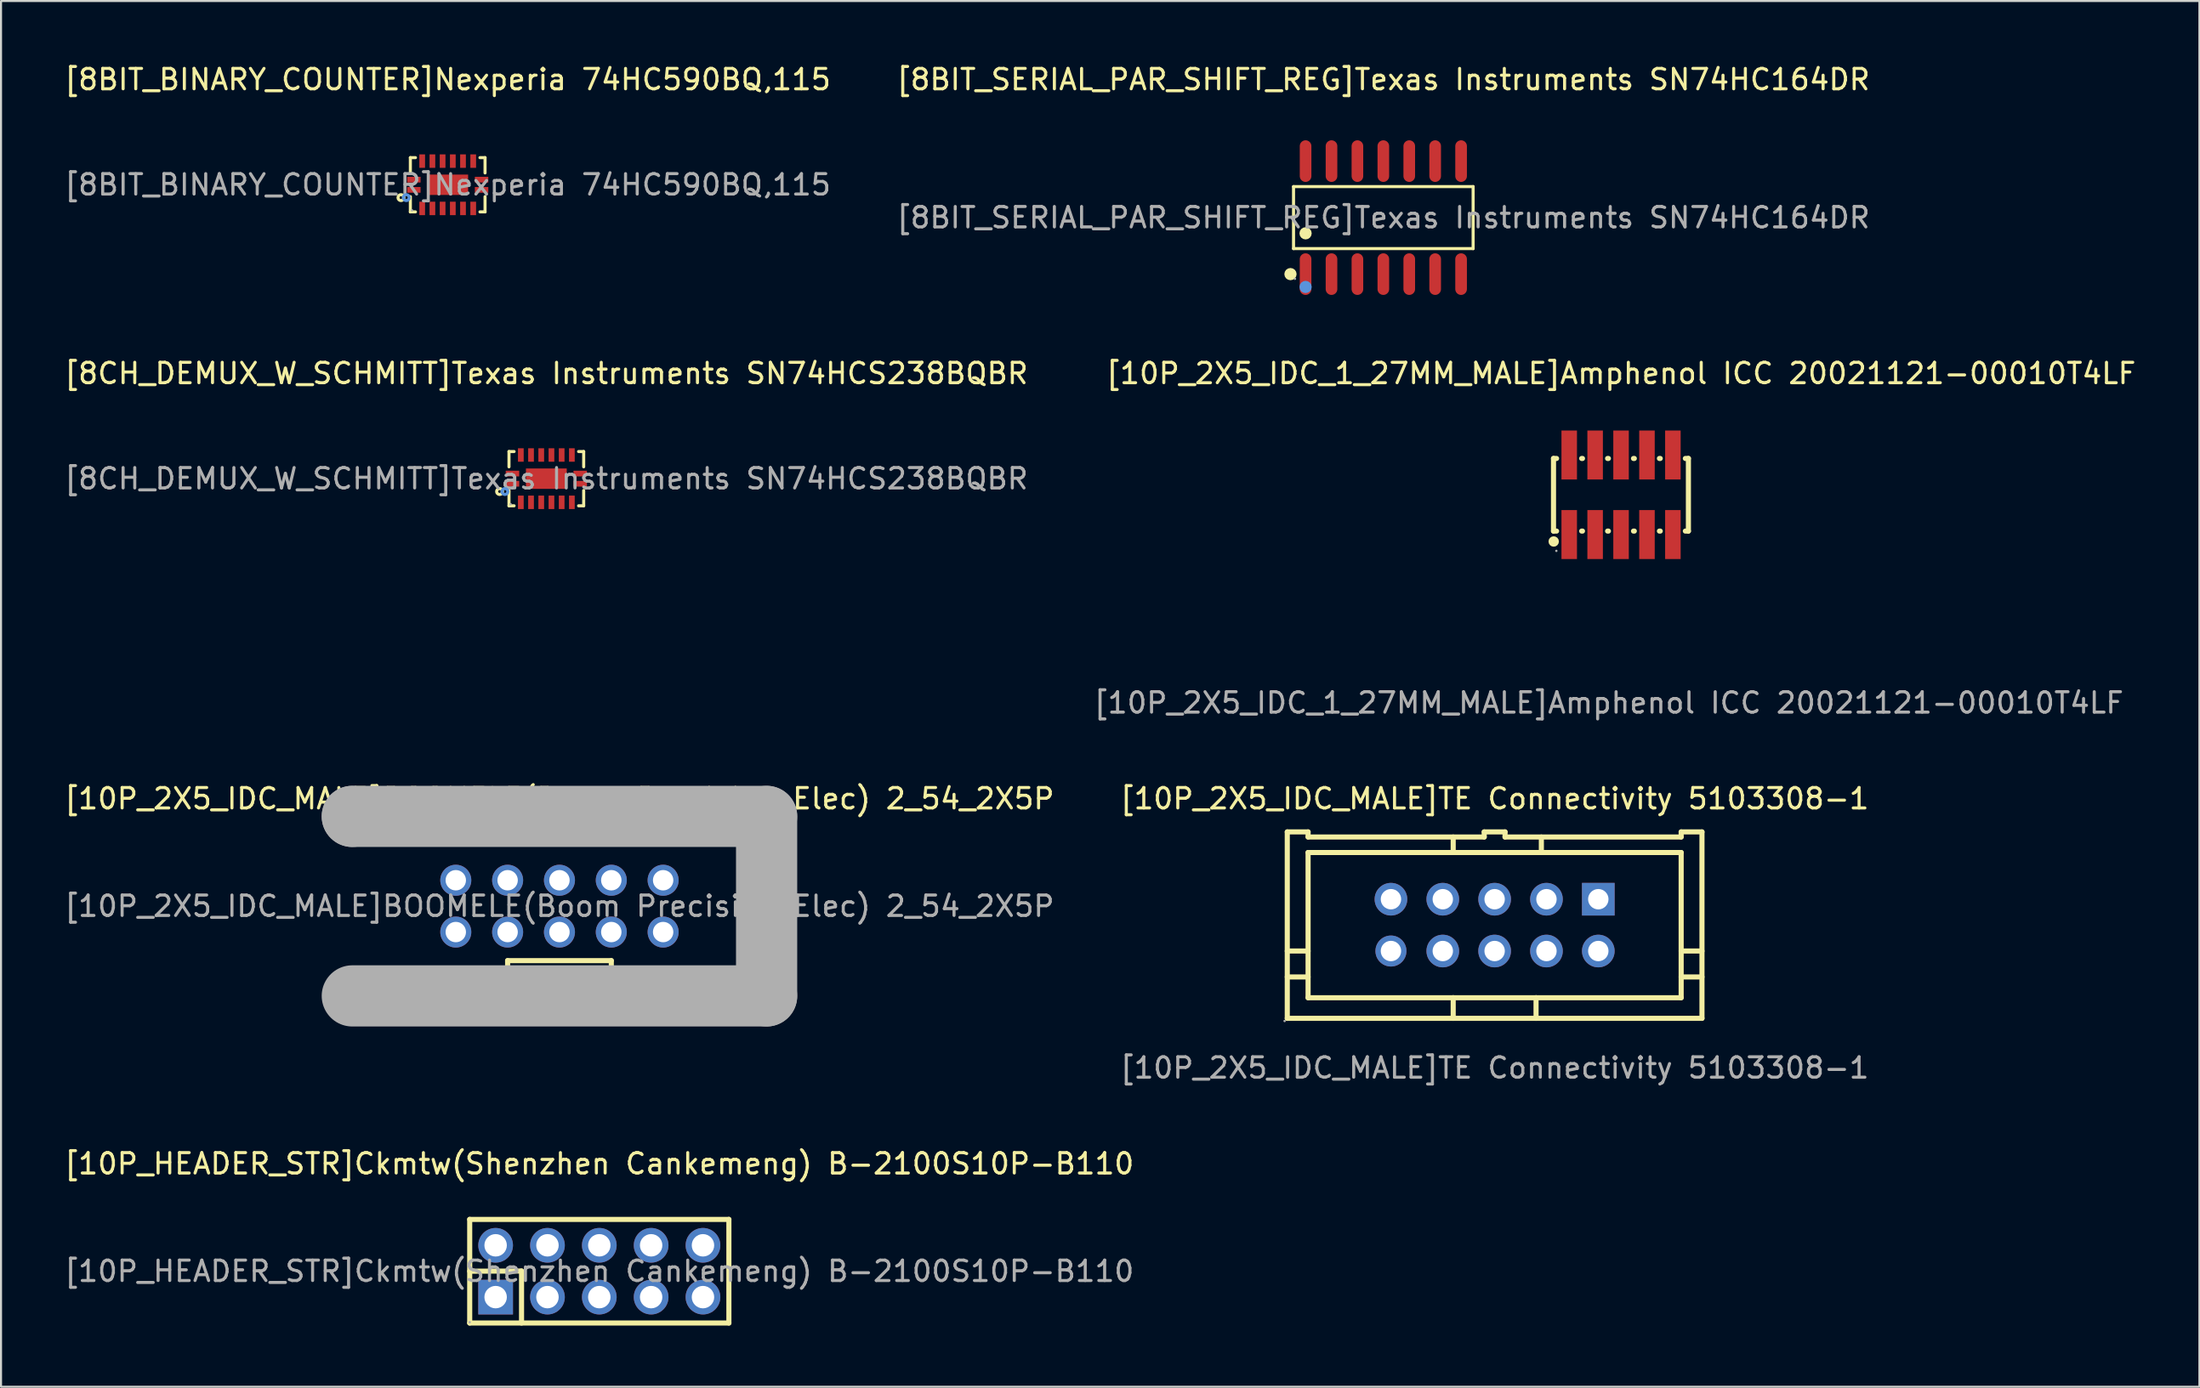
<source format=kicad_pcb>
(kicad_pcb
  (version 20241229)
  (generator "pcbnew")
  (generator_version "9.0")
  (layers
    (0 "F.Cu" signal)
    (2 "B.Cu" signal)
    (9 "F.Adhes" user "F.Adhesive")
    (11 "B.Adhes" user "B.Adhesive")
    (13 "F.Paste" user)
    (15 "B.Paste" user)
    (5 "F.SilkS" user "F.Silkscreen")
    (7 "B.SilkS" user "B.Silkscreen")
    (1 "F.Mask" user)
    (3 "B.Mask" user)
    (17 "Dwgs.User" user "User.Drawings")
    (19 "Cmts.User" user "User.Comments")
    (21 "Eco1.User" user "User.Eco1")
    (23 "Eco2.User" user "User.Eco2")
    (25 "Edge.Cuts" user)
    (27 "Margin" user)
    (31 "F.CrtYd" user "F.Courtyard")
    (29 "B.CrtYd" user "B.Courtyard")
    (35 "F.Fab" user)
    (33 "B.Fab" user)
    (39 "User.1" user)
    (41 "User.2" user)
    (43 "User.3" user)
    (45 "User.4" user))
  (footprint "[8CH_DEMUX_W_SCHMITT]Texas Instruments SN74HCS238BQBR"
    (layer "F.Cu")
    (at 23.72 20.416)
    (property "Reference" "[8CH_DEMUX_W_SCHMITT]Texas Instruments SN74HCS238BQBR" (at 0 -5.16 0) (layer "F.SilkS") (effects (font (size 1 1) (thickness 0.15))))
    (attr smd)
    (fp_line (start -1.83 -1.33) (end -1.58 -1.33) (stroke (width 0.15) (type solid)) (layer "F.SilkS"))
    (fp_line (start -1.83 -0.58) (end -1.83 -1.33) (stroke (width 0.15) (type solid)) (layer "F.SilkS"))
    (fp_line (start -1.83 0.58) (end -1.83 1.33) (stroke (width 0.15) (type solid)) (layer "F.SilkS"))
    (fp_line (start -1.83 1.33) (end -1.58 1.33) (stroke (width 0.15) (type solid)) (layer "F.SilkS"))
    (fp_line (start 1.83 -1.33) (end 1.58 -1.33) (stroke (width 0.15) (type solid)) (layer "F.SilkS"))
    (fp_line (start 1.83 -0.58) (end 1.83 -1.33) (stroke (width 0.15) (type solid)) (layer "F.SilkS"))
    (fp_line (start 1.83 0.58) (end 1.83 1.33) (stroke (width 0.15) (type solid)) (layer "F.SilkS"))
    (fp_line (start 1.83 1.33) (end 1.58 1.33) (stroke (width 0.15) (type solid)) (layer "F.SilkS"))
    (fp_circle (center -2.29 0.63) (end -2.22 0.63) (stroke (width 0.15) (type solid)) (fill no) (layer "F.SilkS"))
    (fp_circle (center -2.03 0.63) (end -1.96 0.63) (stroke (width 0.15) (type solid)) (fill no) (layer "Cmts.User"))
    (fp_circle (center -1.75 1.25) (end -1.72 1.25) (stroke (width 0.06) (type solid)) (fill no) (layer "F.Fab"))
    (fp_text user "${REFERENCE}" (at 0 0 0) (layer "F.Fab") (effects (font (size 1 1) (thickness 0.15))))
    (pad "1" smd rect (at -1.66 0.25) (size 0.66 0.28) (layers "F.Cu" "F.Mask" "F.Paste"))
    (pad "2" smd rect (at -1.25 1.16) (size 0.28 0.66) (layers "F.Cu" "F.Mask" "F.Paste"))
    (pad "3" smd rect (at -0.75 1.16) (size 0.28 0.66) (layers "F.Cu" "F.Mask" "F.Paste"))
    (pad "4" smd rect (at -0.25 1.16) (size 0.28 0.66) (layers "F.Cu" "F.Mask" "F.Paste"))
    (pad "5" smd rect (at 0.25 1.16) (size 0.28 0.66) (layers "F.Cu" "F.Mask" "F.Paste"))
    (pad "6" smd rect (at 0.75 1.16) (size 0.28 0.66) (layers "F.Cu" "F.Mask" "F.Paste"))
    (pad "7" smd rect (at 1.25 1.16) (size 0.28 0.66) (layers "F.Cu" "F.Mask" "F.Paste"))
    (pad "8" smd rect (at 1.66 0.25) (size 0.66 0.28) (layers "F.Cu" "F.Mask" "F.Paste"))
    (pad "9" smd rect (at 1.66 -0.25) (size 0.66 0.28) (layers "F.Cu" "F.Mask" "F.Paste"))
    (pad "10" smd rect (at 1.25 -1.16) (size 0.28 0.66) (layers "F.Cu" "F.Mask" "F.Paste"))
    (pad "11" smd rect (at 0.75 -1.16) (size 0.28 0.66) (layers "F.Cu" "F.Mask" "F.Paste"))
    (pad "12" smd rect (at 0.25 -1.16) (size 0.28 0.66) (layers "F.Cu" "F.Mask" "F.Paste"))
    (pad "13" smd rect (at -0.25 -1.16) (size 0.28 0.66) (layers "F.Cu" "F.Mask" "F.Paste"))
    (pad "14" smd rect (at -0.75 -1.16) (size 0.28 0.66) (layers "F.Cu" "F.Mask" "F.Paste"))
    (pad "15" smd rect (at -1.25 -1.16) (size 0.28 0.66) (layers "F.Cu" "F.Mask" "F.Paste"))
    (pad "16" smd rect (at -1.66 -0.25) (size 0.66 0.28) (layers "F.Cu" "F.Mask" "F.Paste"))
    (pad "17" smd rect (at 0 0) (size 2 1) (layers "F.Cu" "F.Mask" "F.Paste")))
  (footprint "[8BIT_BINARY_COUNTER]Nexperia 74HC590BQ,115"
    (layer "F.Cu")
    (at 18.887 6.008)
    (property "Reference" "[8BIT_BINARY_COUNTER]Nexperia 74HC590BQ,115" (at 0 -5.16 0) (layer "F.SilkS") (effects (font (size 1 1) (thickness 0.15))))
    (attr smd)
    (fp_line (start -1.83 -1.33) (end -1.58 -1.33) (stroke (width 0.15) (type solid)) (layer "F.SilkS"))
    (fp_line (start -1.83 -0.58) (end -1.83 -1.33) (stroke (width 0.15) (type solid)) (layer "F.SilkS"))
    (fp_line (start -1.83 0.58) (end -1.83 1.33) (stroke (width 0.15) (type solid)) (layer "F.SilkS"))
    (fp_line (start -1.83 1.33) (end -1.58 1.33) (stroke (width 0.15) (type solid)) (layer "F.SilkS"))
    (fp_line (start 1.83 -1.33) (end 1.58 -1.33) (stroke (width 0.15) (type solid)) (layer "F.SilkS"))
    (fp_line (start 1.83 -0.58) (end 1.83 -1.33) (stroke (width 0.15) (type solid)) (layer "F.SilkS"))
    (fp_line (start 1.83 0.58) (end 1.83 1.33) (stroke (width 0.15) (type solid)) (layer "F.SilkS"))
    (fp_line (start 1.83 1.33) (end 1.58 1.33) (stroke (width 0.15) (type solid)) (layer "F.SilkS"))
    (fp_circle (center -2.29 0.63) (end -2.22 0.63) (stroke (width 0.15) (type solid)) (fill no) (layer "F.SilkS"))
    (fp_circle (center -2.03 0.63) (end -1.96 0.63) (stroke (width 0.15) (type solid)) (fill no) (layer "Cmts.User"))
    (fp_circle (center -1.75 1.25) (end -1.72 1.25) (stroke (width 0.06) (type solid)) (fill no) (layer "F.Fab"))
    (fp_text user "${REFERENCE}" (at 0 0 0) (layer "F.Fab") (effects (font (size 1 1) (thickness 0.15))))
    (pad "1" smd rect (at -1.66 0.25) (size 0.66 0.28) (layers "F.Cu" "F.Mask" "F.Paste"))
    (pad "2" smd rect (at -1.25 1.16) (size 0.28 0.66) (layers "F.Cu" "F.Mask" "F.Paste"))
    (pad "3" smd rect (at -0.75 1.16) (size 0.28 0.66) (layers "F.Cu" "F.Mask" "F.Paste"))
    (pad "4" smd rect (at -0.25 1.16) (size 0.28 0.66) (layers "F.Cu" "F.Mask" "F.Paste"))
    (pad "5" smd rect (at 0.25 1.16) (size 0.28 0.66) (layers "F.Cu" "F.Mask" "F.Paste"))
    (pad "6" smd rect (at 0.75 1.16) (size 0.28 0.66) (layers "F.Cu" "F.Mask" "F.Paste"))
    (pad "7" smd rect (at 1.25 1.16) (size 0.28 0.66) (layers "F.Cu" "F.Mask" "F.Paste"))
    (pad "8" smd rect (at 1.66 0.25) (size 0.66 0.28) (layers "F.Cu" "F.Mask" "F.Paste"))
    (pad "9" smd rect (at 1.66 -0.25) (size 0.66 0.28) (layers "F.Cu" "F.Mask" "F.Paste"))
    (pad "10" smd rect (at 1.25 -1.16) (size 0.28 0.66) (layers "F.Cu" "F.Mask" "F.Paste"))
    (pad "11" smd rect (at 0.75 -1.16) (size 0.28 0.66) (layers "F.Cu" "F.Mask" "F.Paste"))
    (pad "12" smd rect (at 0.25 -1.16) (size 0.28 0.66) (layers "F.Cu" "F.Mask" "F.Paste"))
    (pad "13" smd rect (at -0.25 -1.16) (size 0.28 0.66) (layers "F.Cu" "F.Mask" "F.Paste"))
    (pad "14" smd rect (at -0.75 -1.16) (size 0.28 0.66) (layers "F.Cu" "F.Mask" "F.Paste"))
    (pad "15" smd rect (at -1.25 -1.16) (size 0.28 0.66) (layers "F.Cu" "F.Mask" "F.Paste"))
    (pad "16" smd rect (at -1.66 -0.25) (size 0.66 0.28) (layers "F.Cu" "F.Mask" "F.Paste"))
    (pad "17" smd rect (at 0 0) (size 2 1) (layers "F.Cu" "F.Mask" "F.Paste")))
  (footprint "[8BIT_SERIAL_PAR_SHIFT_REG]Texas Instruments SN74HC164DR"
    (layer "F.Cu")
    (at 64.732 7.618)
    (property "Reference" "[8BIT_SERIAL_PAR_SHIFT_REG]Texas Instruments SN74HC164DR" (at 0 -6.77 0) (layer "F.SilkS") (effects (font (size 1 1) (thickness 0.15))))
    (attr smd)
    (fp_line (start -4.4 -1.52) (end 4.4 -1.52) (stroke (width 0.15) (type solid)) (layer "F.SilkS"))
    (fp_line (start -4.4 1.52) (end -4.4 -1.52) (stroke (width 0.15) (type solid)) (layer "F.SilkS"))
    (fp_line (start 4.4 -1.52) (end 4.4 1.52) (stroke (width 0.15) (type solid)) (layer "F.SilkS"))
    (fp_line (start 4.4 1.52) (end -4.4 1.52) (stroke (width 0.15) (type solid)) (layer "F.SilkS"))
    (fp_circle (center -4.55 2.77) (end -4.4 2.77) (stroke (width 0.3) (type solid)) (fill no) (layer "F.SilkS"))
    (fp_circle (center -3.81 0.77) (end -3.66 0.77) (stroke (width 0.3) (type solid)) (fill no) (layer "F.SilkS"))
    (fp_circle (center -3.81 3.4) (end -3.66 3.4) (stroke (width 0.3) (type solid)) (fill no) (layer "Cmts.User"))
    (fp_circle (center -4.33 3) (end -4.3 3) (stroke (width 0.06) (type solid)) (fill no) (layer "F.Fab"))
    (fp_text user "${REFERENCE}" (at 0 0 0) (layer "F.Fab") (effects (font (size 1 1) (thickness 0.15))))
    (pad "1" smd oval (at -3.81 2.77) (size 0.57 2.04) (layers "F.Cu" "F.Mask" "F.Paste"))
    (pad "2" smd oval (at -2.54 2.77) (size 0.57 2.04) (layers "F.Cu" "F.Mask" "F.Paste"))
    (pad "3" smd oval (at -1.27 2.77) (size 0.57 2.04) (layers "F.Cu" "F.Mask" "F.Paste"))
    (pad "4" smd oval (at 0 2.77) (size 0.57 2.04) (layers "F.Cu" "F.Mask" "F.Paste"))
    (pad "5" smd oval (at 1.27 2.77) (size 0.57 2.04) (layers "F.Cu" "F.Mask" "F.Paste"))
    (pad "6" smd oval (at 2.54 2.77) (size 0.57 2.04) (layers "F.Cu" "F.Mask" "F.Paste"))
    (pad "7" smd oval (at 3.81 2.77) (size 0.57 2.04) (layers "F.Cu" "F.Mask" "F.Paste"))
    (pad "8" smd oval (at 3.81 -2.77) (size 0.57 2.04) (layers "F.Cu" "F.Mask" "F.Paste"))
    (pad "9" smd oval (at 2.54 -2.77) (size 0.57 2.04) (layers "F.Cu" "F.Mask" "F.Paste"))
    (pad "10" smd oval (at 1.27 -2.77) (size 0.57 2.04) (layers "F.Cu" "F.Mask" "F.Paste"))
    (pad "11" smd oval (at 0 -2.77) (size 0.57 2.04) (layers "F.Cu" "F.Mask" "F.Paste"))
    (pad "12" smd oval (at -1.27 -2.77) (size 0.57 2.04) (layers "F.Cu" "F.Mask" "F.Paste"))
    (pad "13" smd oval (at -2.54 -2.77) (size 0.57 2.04) (layers "F.Cu" "F.Mask" "F.Paste"))
    (pad "14" smd oval (at -3.81 -2.77) (size 0.57 2.04) (layers "F.Cu" "F.Mask" "F.Paste")))
  (footprint "[10P_2X5_IDC_1_27MM_MALE]Amphenol ICC 20021121-00010T4LF"
    (layer "F.Cu")
    (at 76.38 21.206)
    (property "Reference" "[10P_2X5_IDC_1_27MM_MALE]Amphenol ICC 20021121-00010T4LF" (at 0 -5.95 0) (layer "F.SilkS") (effects (font (size 1 1) (thickness 0.15))))
    (attr smd)
    (fp_line (start -3.31 -1.78) (end -3.16 -1.78) (stroke (width 0.25) (type solid)) (layer "F.SilkS"))
    (fp_line (start -3.31 1.78) (end -3.31 -1.78) (stroke (width 0.25) (type solid)) (layer "F.SilkS"))
    (fp_line (start -3.16 1.78) (end -3.31 1.78) (stroke (width 0.25) (type solid)) (layer "F.SilkS"))
    (fp_line (start -1.93 -1.78) (end -1.89 -1.78) (stroke (width 0.25) (type solid)) (layer "F.SilkS"))
    (fp_line (start -1.89 1.78) (end -1.93 1.78) (stroke (width 0.25) (type solid)) (layer "F.SilkS"))
    (fp_line (start -0.66 -1.78) (end -0.62 -1.78) (stroke (width 0.25) (type solid)) (layer "F.SilkS"))
    (fp_line (start -0.62 1.78) (end -0.66 1.78) (stroke (width 0.25) (type solid)) (layer "F.SilkS"))
    (fp_line (start 0.61 -1.78) (end 0.65 -1.78) (stroke (width 0.25) (type solid)) (layer "F.SilkS"))
    (fp_line (start 0.65 1.78) (end 0.61 1.78) (stroke (width 0.25) (type solid)) (layer "F.SilkS"))
    (fp_line (start 1.88 -1.78) (end 1.92 -1.78) (stroke (width 0.25) (type solid)) (layer "F.SilkS"))
    (fp_line (start 1.92 1.78) (end 1.88 1.78) (stroke (width 0.25) (type solid)) (layer "F.SilkS"))
    (fp_line (start 3.15 -1.78) (end 3.3 -1.78) (stroke (width 0.25) (type solid)) (layer "F.SilkS"))
    (fp_line (start 3.3 -1.78) (end 3.3 1.78) (stroke (width 0.25) (type solid)) (layer "F.SilkS"))
    (fp_line (start 3.3 1.78) (end 3.15 1.78) (stroke (width 0.25) (type solid)) (layer "F.SilkS"))
    (fp_circle (center -3.3 2.29) (end -3.17 2.29) (stroke (width 0.25) (type solid)) (fill no) (layer "F.SilkS"))
    (fp_circle (center -3.17 2.75) (end -3.14 2.75) (stroke (width 0.06) (type solid)) (fill no) (layer "F.Fab"))
    (fp_text user "${REFERENCE}" (at -0.6 10.2 0) (layer "F.Fab") (effects (font (size 1 1) (thickness 0.15))))
    (pad "1" smd rect (at -2.54 1.95) (size 0.76 2.4) (layers "F.Cu" "F.Mask" "F.Paste"))
    (pad "2" smd rect (at -2.54 -1.95) (size 0.76 2.4) (layers "F.Cu" "F.Mask" "F.Paste"))
    (pad "3" smd rect (at -1.27 1.95) (size 0.76 2.4) (layers "F.Cu" "F.Mask" "F.Paste"))
    (pad "4" smd rect (at -1.27 -1.95) (size 0.76 2.4) (layers "F.Cu" "F.Mask" "F.Paste"))
    (pad "5" smd rect (at 0 1.95) (size 0.76 2.4) (layers "F.Cu" "F.Mask" "F.Paste"))
    (pad "6" smd rect (at 0 -1.95) (size 0.76 2.4) (layers "F.Cu" "F.Mask" "F.Paste"))
    (pad "7" smd rect (at 1.27 1.95) (size 0.76 2.4) (layers "F.Cu" "F.Mask" "F.Paste"))
    (pad "8" smd rect (at 1.27 -1.95) (size 0.76 2.4) (layers "F.Cu" "F.Mask" "F.Paste"))
    (pad "9" smd rect (at 2.54 1.95) (size 0.76 2.4) (layers "F.Cu" "F.Mask" "F.Paste"))
    (pad "10" smd rect (at 2.54 -1.95) (size 0.76 2.4) (layers "F.Cu" "F.Mask" "F.Paste")))
  (footprint "[10P_2X5_IDC_MALE]BOOMELE(Boom Precision Elec) 2_54_2X5P"
    (layer "F.Cu")
    (at 24.363 41.373)
    (property "Reference" "[10P_2X5_IDC_MALE]BOOMELE(Boom Precision Elec) 2_54_2X5P" (at 0 -5.27 0) (layer "F.SilkS") (effects (font (size 1 1) (thickness 0.15))))
    (attr through_hole)
    (fp_line (start -2.54 2.67) (end -2.54 4.45) (stroke (width 0.25) (type solid)) (layer "F.SilkS"))
    (fp_line (start -2.54 2.67) (end 2.54 2.67) (stroke (width 0.25) (type solid)) (layer "F.SilkS"))
    (fp_line (start -2.54 4.45) (end -2.49 4.37) (stroke (width 0.25) (type solid)) (layer "F.SilkS"))
    (fp_line (start 2.54 2.67) (end 2.54 4.42) (stroke (width 0.25) (type solid)) (layer "F.SilkS"))
    (fp_line (start 2.54 4.42) (end 2.54 4.37) (stroke (width 0.25) (type solid)) (layer "F.SilkS"))
    (fp_line (start -10.15 -4.4) (end -10.15 -4.4) (stroke (width 3) (type solid)) (layer "F.Fab"))
    (fp_line (start -10.15 -4.4) (end 10.15 -4.4) (stroke (width 3) (type solid)) (layer "F.Fab"))
    (fp_line (start 10.15 -4.4) (end 10.15 4.4) (stroke (width 3) (type solid)) (layer "F.Fab"))
    (fp_line (start 10.15 4.4) (end -10.15 4.4) (stroke (width 3) (type solid)) (layer "F.Fab"))
    (fp_circle (center -10.15 4.4) (end -10.12 4.4) (stroke (width 0.06) (type solid)) (fill no) (layer "F.Fab"))
    (fp_text user "${REFERENCE}" (at 0 0 0) (layer "F.Fab") (effects (font (size 1 1) (thickness 0.15))))
    (pad "1" thru_hole circle (at -5.08 1.27) (size 1.52 1.52) (drill 1) (layers "*.Cu" "*.Mask"))
    (pad "2" thru_hole circle (at -5.08 -1.27) (size 1.52 1.52) (drill 1) (layers "*.Cu" "*.Mask"))
    (pad "3" thru_hole circle (at -2.54 1.27) (size 1.52 1.52) (drill 1) (layers "*.Cu" "*.Mask"))
    (pad "4" thru_hole circle (at -2.54 -1.27) (size 1.52 1.52) (drill 1) (layers "*.Cu" "*.Mask"))
    (pad "5" thru_hole circle (at 0 1.27) (size 1.52 1.52) (drill 1) (layers "*.Cu" "*.Mask"))
    (pad "6" thru_hole circle (at 0 -1.27) (size 1.52 1.52) (drill 1) (layers "*.Cu" "*.Mask"))
    (pad "7" thru_hole circle (at 2.54 1.27) (size 1.52 1.52) (drill 1) (layers "*.Cu" "*.Mask"))
    (pad "8" thru_hole circle (at 2.54 -1.27) (size 1.52 1.52) (drill 1) (layers "*.Cu" "*.Mask"))
    (pad "9" thru_hole circle (at 5.08 1.27) (size 1.52 1.52) (drill 1) (layers "*.Cu" "*.Mask"))
    (pad "10" thru_hole circle (at 5.08 -1.27) (size 1.52 1.52) (drill 1) (layers "*.Cu" "*.Mask")))
  (footprint "[10P_2X5_IDC_MALE]TE Connectivity 5103308-1"
    (layer "F.Cu")
    (at 70.185 42.303)
    (property "Reference" "[10P_2X5_IDC_MALE]TE Connectivity 5103308-1" (at 0 -6.2 0) (layer "F.SilkS") (effects (font (size 1 1) (thickness 0.15))))
    (attr through_hole)
    (fp_line (start -10.16 1.27) (end -9.14 1.27) (stroke (width 0.25) (type solid)) (layer "F.SilkS"))
    (fp_line (start -10.16 2.54) (end -9.14 2.54) (stroke (width 0.25) (type solid)) (layer "F.SilkS"))
    (fp_line (start -10.16 4.57) (end -10.16 -4.57) (stroke (width 0.25) (type solid)) (layer "F.SilkS"))
    (fp_line (start -10.16 4.57) (end 10.16 4.57) (stroke (width 0.25) (type solid)) (layer "F.SilkS"))
    (fp_line (start -9.14 -4.57) (end -10.16 -4.57) (stroke (width 0.25) (type solid)) (layer "F.SilkS"))
    (fp_line (start -9.14 -4.32) (end -9.14 -4.57) (stroke (width 0.25) (type solid)) (layer "F.SilkS"))
    (fp_line (start -9.14 -3.56) (end -8.89 -3.56) (stroke (width 0.25) (type solid)) (layer "F.SilkS"))
    (fp_line (start -9.14 3.56) (end -9.14 -3.56) (stroke (width 0.25) (type solid)) (layer "F.SilkS"))
    (fp_line (start -8.89 -3.56) (end 9.14 -3.56) (stroke (width 0.25) (type solid)) (layer "F.SilkS"))
    (fp_line (start -2.03 -4.32) (end -2.03 -3.56) (stroke (width 0.25) (type solid)) (layer "F.SilkS"))
    (fp_line (start -2.03 3.56) (end -9.14 3.56) (stroke (width 0.25) (type solid)) (layer "F.SilkS"))
    (fp_line (start -2.03 3.56) (end -2.03 4.57) (stroke (width 0.25) (type solid)) (layer "F.SilkS"))
    (fp_line (start -2.03 3.56) (end 2.03 3.56) (stroke (width 0.25) (type solid)) (layer "F.SilkS"))
    (fp_line (start -0.51 -4.57) (end -0.51 -4.32) (stroke (width 0.25) (type solid)) (layer "F.SilkS"))
    (fp_line (start -0.51 -4.32) (end -9.14 -4.32) (stroke (width 0.25) (type solid)) (layer "F.SilkS"))
    (fp_line (start 0.51 -4.57) (end -0.51 -4.57) (stroke (width 0.25) (type solid)) (layer "F.SilkS"))
    (fp_line (start 0.51 -4.32) (end 0.51 -4.57) (stroke (width 0.25) (type solid)) (layer "F.SilkS"))
    (fp_line (start 2.03 3.56) (end 2.03 4.57) (stroke (width 0.25) (type solid)) (layer "F.SilkS"))
    (fp_line (start 2.29 -4.32) (end 2.29 -3.56) (stroke (width 0.25) (type solid)) (layer "F.SilkS"))
    (fp_line (start 9.14 -4.57) (end 9.14 -4.32) (stroke (width 0.25) (type solid)) (layer "F.SilkS"))
    (fp_line (start 9.14 -4.32) (end 0.51 -4.32) (stroke (width 0.25) (type solid)) (layer "F.SilkS"))
    (fp_line (start 9.14 -3.56) (end 9.14 3.56) (stroke (width 0.25) (type solid)) (layer "F.SilkS"))
    (fp_line (start 9.14 1.27) (end 10.16 1.27) (stroke (width 0.25) (type solid)) (layer "F.SilkS"))
    (fp_line (start 9.14 2.54) (end 10.16 2.54) (stroke (width 0.25) (type solid)) (layer "F.SilkS"))
    (fp_line (start 9.14 3.56) (end 2.03 3.56) (stroke (width 0.25) (type solid)) (layer "F.SilkS"))
    (fp_line (start 10.16 -4.57) (end 9.14 -4.57) (stroke (width 0.25) (type solid)) (layer "F.SilkS"))
    (fp_line (start 10.16 4.57) (end 10.16 -4.57) (stroke (width 0.25) (type solid)) (layer "F.SilkS"))
    (fp_circle (center -10.29 4.7) (end -10.26 4.7) (stroke (width 0.06) (type solid)) (fill no) (layer "F.Fab"))
    (fp_circle (center -5.08 -1.27) (end -4.88 -1.27) (stroke (width 0.4) (type solid)) (fill no) (layer "F.Fab"))
    (fp_circle (center -5.08 1.27) (end -4.88 1.27) (stroke (width 0.4) (type solid)) (fill no) (layer "F.Fab"))
    (fp_circle (center -2.54 -1.27) (end -2.34 -1.27) (stroke (width 0.4) (type solid)) (fill no) (layer "F.Fab"))
    (fp_circle (center -2.54 1.27) (end -2.34 1.27) (stroke (width 0.4) (type solid)) (fill no) (layer "F.Fab"))
    (fp_circle (center 0 -1.27) (end 0.2 -1.27) (stroke (width 0.4) (type solid)) (fill no) (layer "F.Fab"))
    (fp_circle (center 0 1.27) (end 0.2 1.27) (stroke (width 0.4) (type solid)) (fill no) (layer "F.Fab"))
    (fp_circle (center 2.54 -1.27) (end 2.74 -1.27) (stroke (width 0.4) (type solid)) (fill no) (layer "F.Fab"))
    (fp_circle (center 2.54 1.27) (end 2.74 1.27) (stroke (width 0.4) (type solid)) (fill no) (layer "F.Fab"))
    (fp_circle (center 5.08 -1.27) (end 5.28 -1.27) (stroke (width 0.4) (type solid)) (fill no) (layer "F.Fab"))
    (fp_circle (center 5.08 1.27) (end 5.28 1.27) (stroke (width 0.4) (type solid)) (fill no) (layer "F.Fab"))
    (fp_text user "${REFERENCE}" (at 0 7 0) (layer "F.Fab") (effects (font (size 1 1) (thickness 0.15))))
    (pad "1" thru_hole rect (at 5.08 -1.27) (size 1.6 1.6) (drill 1) (layers "*.Cu" "*.Mask"))
    (pad "2" thru_hole circle (at 5.08 1.27) (size 1.6 1.6) (drill 1) (layers "*.Cu" "*.Mask"))
    (pad "3" thru_hole circle (at 2.54 -1.27) (size 1.6 1.6) (drill 1) (layers "*.Cu" "*.Mask"))
    (pad "4" thru_hole circle (at 2.54 1.27) (size 1.6 1.6) (drill 1) (layers "*.Cu" "*.Mask"))
    (pad "5" thru_hole circle (at 0 -1.27) (size 1.6 1.6) (drill 1) (layers "*.Cu" "*.Mask"))
    (pad "6" thru_hole circle (at 0 1.27) (size 1.6 1.6) (drill 1) (layers "*.Cu" "*.Mask"))
    (pad "7" thru_hole circle (at -2.54 -1.27) (size 1.6 1.6) (drill 1) (layers "*.Cu" "*.Mask"))
    (pad "8" thru_hole circle (at -2.54 1.27) (size 1.6 1.6) (drill 1) (layers "*.Cu" "*.Mask"))
    (pad "9" thru_hole circle (at -5.08 -1.27) (size 1.6 1.6) (drill 1) (layers "*.Cu" "*.Mask"))
    (pad "10" thru_hole circle (at -5.08 1.27) (size 1.52 1.52) (drill 1) (layers "*.Cu" "*.Mask")))
  (footprint "[10P_HEADER_STR]Ckmtw(Shenzhen Cankemeng) B-2100S10P-B110"
    (layer "F.Cu")
    (at 26.315 59.27)
    (property "Reference" "[10P_HEADER_STR]Ckmtw(Shenzhen Cankemeng) B-2100S10P-B110" (at 0 -5.27 0) (layer "F.SilkS") (effects (font (size 1 1) (thickness 0.15))))
    (attr through_hole)
    (fp_line (start -6.35 -2.54) (end -6.35 2.54) (stroke (width 0.25) (type solid)) (layer "F.SilkS"))
    (fp_line (start -6.35 -2.54) (end 6.35 -2.54) (stroke (width 0.25) (type solid)) (layer "F.SilkS"))
    (fp_line (start -6.35 0) (end -3.81 -0.01) (stroke (width 0.25) (type solid)) (layer "F.SilkS"))
    (fp_line (start -6.35 2.54) (end 6.35 2.54) (stroke (width 0.25) (type solid)) (layer "F.SilkS"))
    (fp_line (start -3.81 -0.01) (end -3.81 2.54) (stroke (width 0.25) (type solid)) (layer "F.SilkS"))
    (fp_line (start 6.35 -2.54) (end 6.35 2.54) (stroke (width 0.25) (type solid)) (layer "F.SilkS"))
    (fp_circle (center -6.35 2.5) (end -6.32 2.5) (stroke (width 0.06) (type solid)) (fill no) (layer "F.Fab"))
    (fp_text user "${REFERENCE}" (at 0 0 0) (layer "F.Fab") (effects (font (size 1 1) (thickness 0.15))))
    (pad "1" thru_hole rect (at -5.08 1.27) (size 1.7 1.7) (drill 1.1) (layers "*.Cu" "*.Mask"))
    (pad "2" thru_hole circle (at -5.08 -1.27) (size 1.7 1.7) (drill 1.1) (layers "*.Cu" "*.Mask"))
    (pad "3" thru_hole circle (at -2.54 1.27) (size 1.7 1.7) (drill 1.1) (layers "*.Cu" "*.Mask"))
    (pad "4" thru_hole circle (at -2.54 -1.27) (size 1.7 1.7) (drill 1.1) (layers "*.Cu" "*.Mask"))
    (pad "5" thru_hole circle (at 0 1.27) (size 1.7 1.7) (drill 1.1) (layers "*.Cu" "*.Mask"))
    (pad "6" thru_hole circle (at 0 -1.27) (size 1.7 1.7) (drill 1.1) (layers "*.Cu" "*.Mask"))
    (pad "7" thru_hole circle (at 2.54 1.27) (size 1.7 1.7) (drill 1.1) (layers "*.Cu" "*.Mask"))
    (pad "8" thru_hole circle (at 2.54 -1.27) (size 1.7 1.7) (drill 1.1) (layers "*.Cu" "*.Mask"))
    (pad "9" thru_hole circle (at 5.08 1.27) (size 1.7 1.7) (drill 1.1) (layers "*.Cu" "*.Mask"))
    (pad "10" thru_hole circle (at 5.08 -1.27) (size 1.7 1.7) (drill 1.1) (layers "*.Cu" "*.Mask")))
  (gr_rect
    (start -3 -3)
    (end 104.719 64.934)
    (stroke (width 0.1) (type default))
    (fill no)
    (layer "Edge.Cuts")))
</source>
